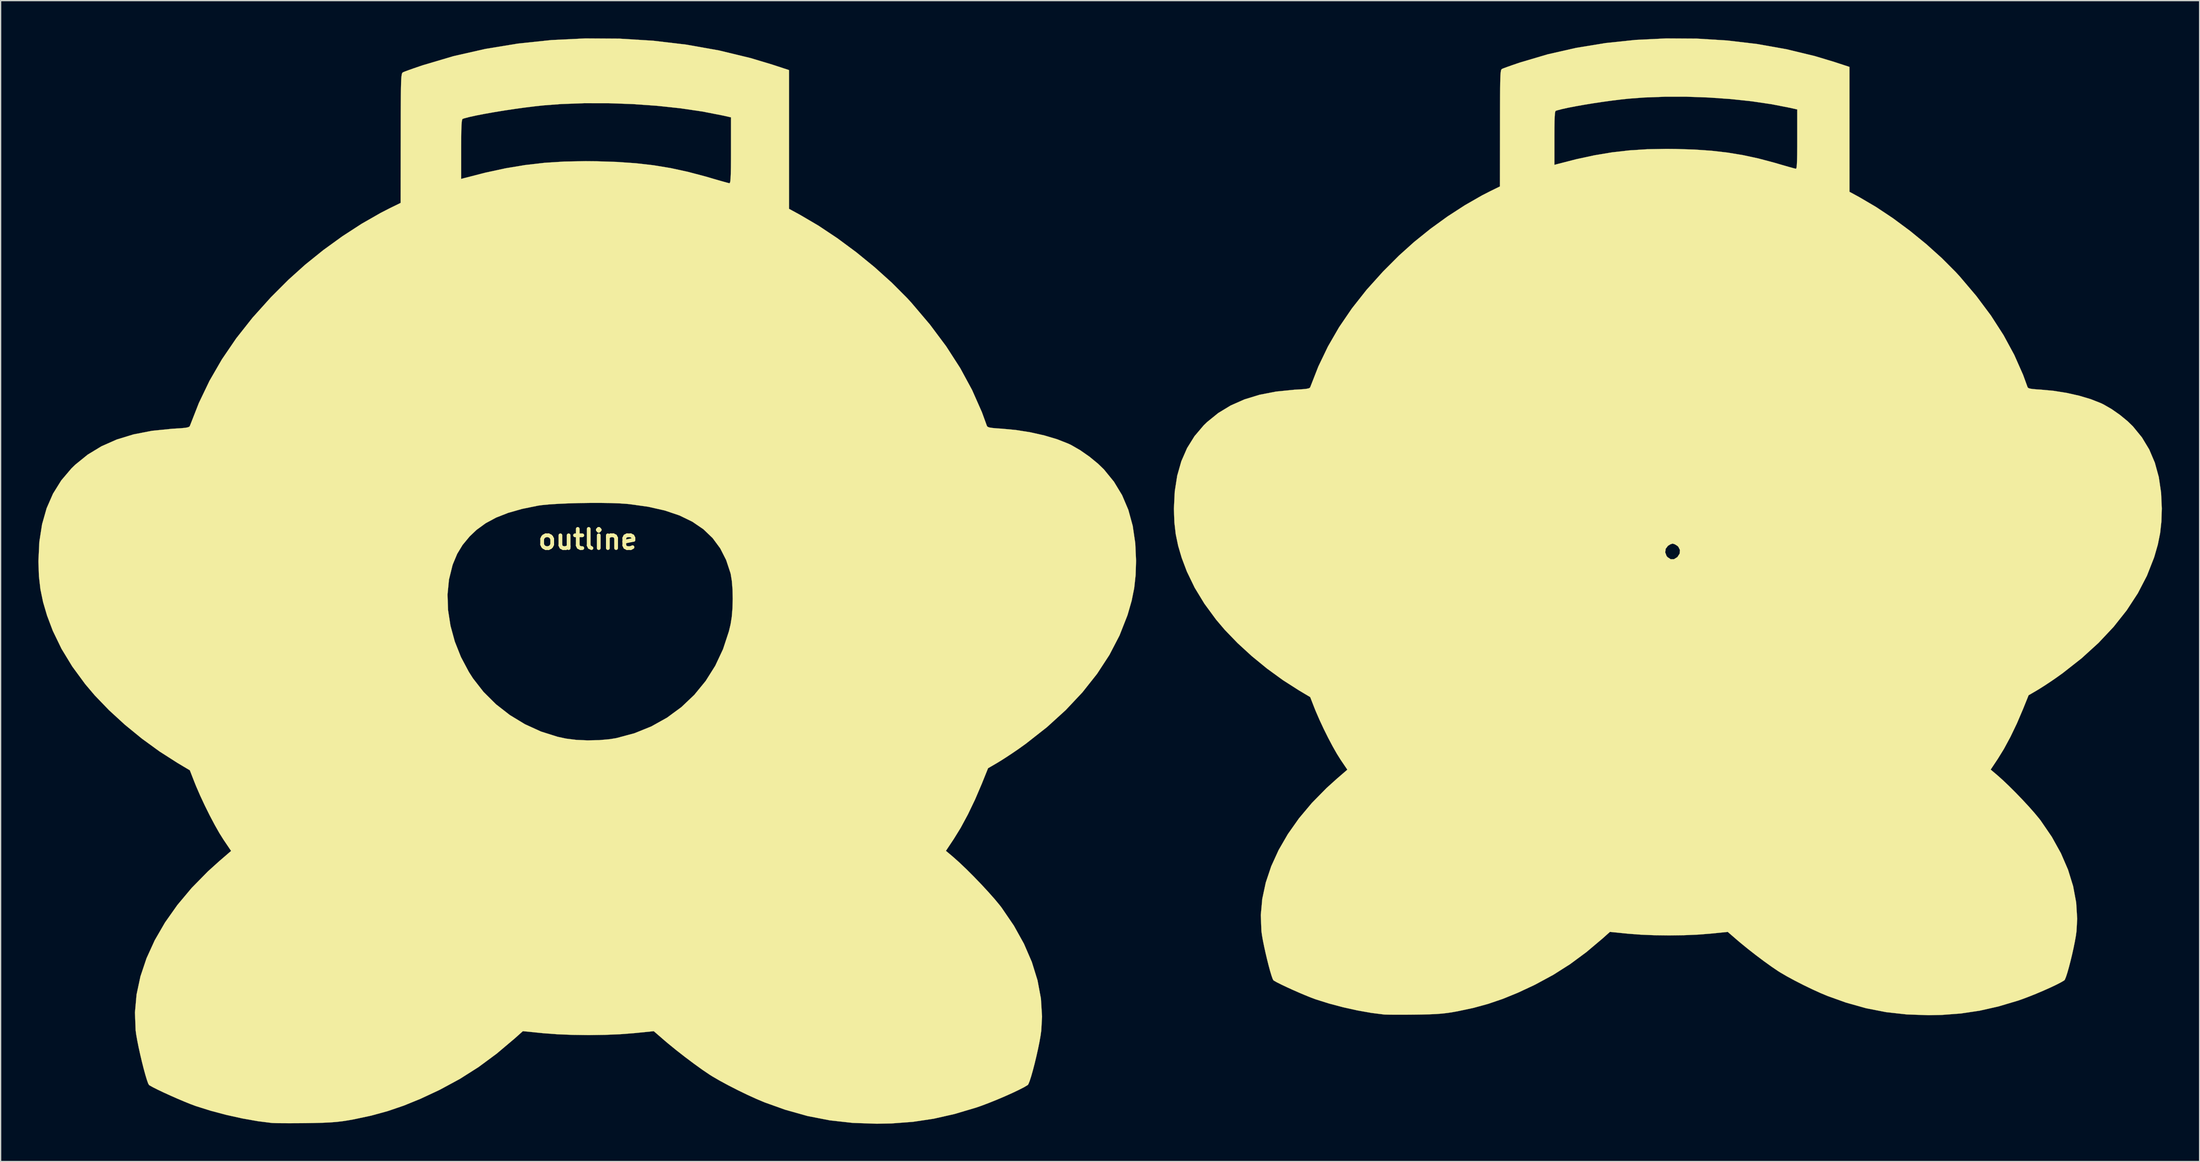
<source format=kicad_pcb>
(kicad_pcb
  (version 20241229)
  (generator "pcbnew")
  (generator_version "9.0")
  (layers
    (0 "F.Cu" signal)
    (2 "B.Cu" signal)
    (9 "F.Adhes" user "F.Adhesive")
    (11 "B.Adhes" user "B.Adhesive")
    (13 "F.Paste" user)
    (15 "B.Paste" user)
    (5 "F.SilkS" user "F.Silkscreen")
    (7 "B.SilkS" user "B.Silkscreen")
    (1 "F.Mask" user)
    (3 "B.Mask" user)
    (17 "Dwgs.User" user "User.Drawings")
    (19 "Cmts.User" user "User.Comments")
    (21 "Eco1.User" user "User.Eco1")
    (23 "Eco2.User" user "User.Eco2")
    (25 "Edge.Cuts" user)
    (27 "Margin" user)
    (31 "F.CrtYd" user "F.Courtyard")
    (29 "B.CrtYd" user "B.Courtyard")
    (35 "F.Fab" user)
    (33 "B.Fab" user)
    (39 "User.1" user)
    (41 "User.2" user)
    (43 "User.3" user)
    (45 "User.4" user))
  (footprint "outline_b"
    (layer "F.Cu")
    (at 129.569 35.867)
    (property "Reference" "outline_b" (at 0 0 0) (layer "F.SilkS") (effects (font (size 1.524 1.524) (thickness 0.3))))
    (attr through_hole)
    (fp_poly (pts (xy 2.248 -35.847) (xy 4.662 -35.699) (xy 7.046 -35.418) (xy 9.379 -35.004) (xy 11.644 -34.457) (xy 13.187 -33.992) (xy 14.393 -33.596) (xy 14.394 -28.63) (xy 14.395 -23.664) (xy 15.173 -23.241) (xy 16.499 -22.462) (xy 17.855 -21.559) (xy 19.204 -20.56) (xy 20.51 -19.494) (xy 21.734 -18.392) (xy 22.84 -17.282) (xy 23.148 -16.947) (xy 24.475 -15.384) (xy 25.638 -13.826) (xy 26.643 -12.265) (xy 27.495 -10.693) (xy 28.199 -9.102) (xy 28.556 -8.12) (xy 28.609 -8.058) (xy 28.736 -8.012) (xy 28.965 -7.976) (xy 29.321 -7.945) (xy 29.574 -7.93) (xy 30.617 -7.834) (xy 31.657 -7.669) (xy 32.656 -7.445) (xy 33.576 -7.171) (xy 34.378 -6.854) (xy 34.583 -6.756) (xy 35.224 -6.388) (xy 35.886 -5.926) (xy 36.503 -5.419) (xy 36.926 -5.009) (xy 37.644 -4.13) (xy 38.225 -3.168) (xy 38.671 -2.118) (xy 38.985 -0.973) (xy 39.168 0.272) (xy 39.224 1.524) (xy 39.193 2.547) (xy 39.092 3.479) (xy 38.91 4.389) (xy 38.636 5.344) (xy 38.599 5.456) (xy 38.04 6.878) (xy 37.318 8.269) (xy 36.434 9.624) (xy 35.392 10.94) (xy 34.194 12.214) (xy 32.845 13.442) (xy 31.345 14.621) (xy 30.798 15.012) (xy 30.384 15.296) (xy 29.949 15.584) (xy 29.547 15.84) (xy 29.263 16.013) (xy 28.637 16.378) (xy 28.192 17.481) (xy 27.707 18.618) (xy 27.194 19.686) (xy 26.673 20.652) (xy 26.184 21.445) (xy 25.62 22.292) (xy 26.124 22.717) (xy 26.564 23.109) (xy 27.068 23.588) (xy 27.606 24.124) (xy 28.147 24.686) (xy 28.662 25.242) (xy 29.12 25.761) (xy 29.492 26.211) (xy 29.602 26.354) (xy 30.482 27.643) (xy 31.205 28.945) (xy 31.77 30.253) (xy 32.175 31.562) (xy 32.418 32.865) (xy 32.497 34.156) (xy 32.443 35.151) (xy 32.392 35.524) (xy 32.311 35.977) (xy 32.209 36.481) (xy 32.092 37.007) (xy 31.966 37.528) (xy 31.839 38.014) (xy 31.719 38.439) (xy 31.611 38.772) (xy 31.523 38.988) (xy 31.478 39.052) (xy 31.221 39.206) (xy 30.838 39.404) (xy 30.359 39.631) (xy 29.819 39.872) (xy 29.248 40.115) (xy 28.679 40.343) (xy 28.145 40.545) (xy 27.776 40.673) (xy 26.227 41.133) (xy 24.737 41.469) (xy 23.253 41.69) (xy 21.728 41.805) (xy 20.677 41.825) (xy 18.958 41.766) (xy 17.319 41.585) (xy 15.718 41.273) (xy 14.117 40.823) (xy 12.658 40.3) (xy 12.08 40.058) (xy 11.426 39.76) (xy 10.739 39.427) (xy 10.061 39.081) (xy 9.437 38.743) (xy 8.909 38.436) (xy 8.728 38.323) (xy 8.205 37.968) (xy 7.6 37.533) (xy 6.957 37.05) (xy 6.321 36.553) (xy 5.735 36.075) (xy 5.471 35.851) (xy 4.72 35.201) (xy 3.312 35.342) (xy 2.323 35.419) (xy 1.222 35.465) (xy 0.064 35.48) (xy -1.095 35.466) (xy -2.2 35.421) (xy -3.196 35.345) (xy -3.233 35.342) (xy -4.645 35.2) (xy -5.222 35.717) (xy -6.521 36.813) (xy -7.818 37.771) (xy -9.154 38.619) (xy -10.566 39.383) (xy -10.71 39.454) (xy -11.974 40.044) (xy -13.163 40.529) (xy -14.324 40.925) (xy -15.502 41.248) (xy -16.745 41.512) (xy -17.14 41.583) (xy -17.553 41.647) (xy -17.975 41.696) (xy -18.44 41.732) (xy -18.984 41.757) (xy -19.638 41.774) (xy -20.193 41.782) (xy -20.787 41.787) (xy -21.345 41.789) (xy -21.839 41.788) (xy -22.238 41.783) (xy -22.515 41.776) (xy -22.606 41.77) (xy -23.615 41.643) (xy -24.717 41.447) (xy -25.853 41.195) (xy -26.969 40.899) (xy -28.007 40.573) (xy -28.067 40.552) (xy -28.43 40.417) (xy -28.871 40.238) (xy -29.359 40.032) (xy -29.859 39.811) (xy -30.341 39.591) (xy -30.772 39.386) (xy -31.119 39.212) (xy -31.35 39.081) (xy -31.388 39.056) (xy -31.453 38.942) (xy -31.543 38.69) (xy -31.653 38.328) (xy -31.773 37.885) (xy -31.898 37.389) (xy -32.021 36.868) (xy -32.135 36.351) (xy -32.233 35.866) (xy -32.307 35.442) (xy -32.348 35.135) (xy -32.397 33.862) (xy -32.281 32.574) (xy -32.004 31.278) (xy -31.571 29.983) (xy -30.983 28.694) (xy -30.246 27.42) (xy -29.363 26.168) (xy -28.337 24.945) (xy -27.171 23.758) (xy -26.372 23.036) (xy -25.518 22.298) (xy -26.058 21.5) (xy -26.354 21.027) (xy -26.69 20.435) (xy -27.045 19.763) (xy -27.399 19.05) (xy -27.732 18.335) (xy -28.026 17.658) (xy -28.152 17.344) (xy -28.47 16.526) (xy -29.354 16) (xy -30.642 15.175) (xy -31.908 14.254) (xy -33.121 13.261) (xy -34.251 12.224) (xy -35.268 11.169) (xy -35.955 10.359) (xy -36.882 9.095) (xy -37.652 7.829) (xy -38.275 6.54) (xy -38.686 5.449) (xy -38.814 5.015) (xy -0.251 5.015) (xy -0.144 5.299) (xy -0.07 5.392) (xy 0.179 5.558) (xy 0.444 5.559) (xy 0.709 5.395) (xy 0.724 5.38) (xy 0.899 5.11) (xy 0.922 4.829) (xy 0.793 4.573) (xy 0.708 4.493) (xy 0.511 4.371) (xy 0.343 4.318) (xy 0.339 4.318) (xy 0.173 4.368) (xy -0.025 4.489) (xy -0.031 4.493) (xy -0.212 4.731) (xy -0.251 5.015) (xy -38.814 5.015) (xy -38.968 4.491) (xy -39.158 3.578) (xy -39.266 2.643) (xy -39.302 1.622) (xy -39.303 1.524) (xy -39.237 0.166) (xy -39.042 -1.085) (xy -38.716 -2.231) (xy -38.259 -3.277) (xy -37.669 -4.225) (xy -36.944 -5.08) (xy -36.668 -5.349) (xy -35.781 -6.068) (xy -34.794 -6.667) (xy -33.702 -7.15) (xy -32.499 -7.519) (xy -31.177 -7.775) (xy -29.732 -7.921) (xy -29.562 -7.931) (xy -29.109 -7.958) (xy -28.798 -7.988) (xy -28.605 -8.025) (xy -28.503 -8.073) (xy -28.47 -8.12) (xy -27.824 -9.771) (xy -27.062 -11.357) (xy -26.175 -12.893) (xy -25.154 -14.391) (xy -23.99 -15.866) (xy -22.673 -17.33) (xy -21.416 -18.588) (xy -20.217 -19.667) (xy -18.919 -20.713) (xy -17.56 -21.698) (xy -16.177 -22.595) (xy -14.809 -23.379) (xy -14.167 -23.707) (xy -13.39 -24.088) (xy -13.384 -27.933) (xy -9.059 -27.933) (xy -9.059 -25.804) (xy -8.869 -25.856) (xy -7.322 -26.254) (xy -5.873 -26.567) (xy -4.477 -26.8) (xy -3.089 -26.958) (xy -1.664 -27.049) (xy -0.157 -27.076) (xy 0.593 -27.069) (xy 2.071 -27.022) (xy 3.425 -26.928) (xy 4.697 -26.783) (xy 5.927 -26.58) (xy 7.157 -26.314) (xy 8.427 -25.977) (xy 8.763 -25.879) (xy 9.206 -25.749) (xy 9.596 -25.638) (xy 9.902 -25.553) (xy 10.093 -25.503) (xy 10.139 -25.494) (xy 10.171 -25.527) (xy 10.197 -25.643) (xy 10.216 -25.857) (xy 10.23 -26.184) (xy 10.239 -26.637) (xy 10.244 -27.233) (xy 10.245 -27.849) (xy 10.245 -30.212) (xy 9.673 -30.341) (xy 8.211 -30.627) (xy 6.623 -30.861) (xy 4.947 -31.04) (xy 3.218 -31.161) (xy 1.474 -31.224) (xy -0.249 -31.225) (xy -1.914 -31.163) (xy -3.133 -31.072) (xy -3.781 -31.003) (xy -4.487 -30.916) (xy -5.224 -30.814) (xy -5.966 -30.703) (xy -6.686 -30.585) (xy -7.358 -30.466) (xy -7.956 -30.351) (xy -8.452 -30.242) (xy -8.82 -30.146) (xy -8.954 -30.102) (xy -8.988 -30.048) (xy -9.015 -29.906) (xy -9.034 -29.659) (xy -9.048 -29.293) (xy -9.056 -28.793) (xy -9.059 -28.143) (xy -9.059 -27.933) (xy -13.384 -27.933) (xy -13.383 -28.72) (xy -13.382 -29.724) (xy -13.38 -30.572) (xy -13.377 -31.277) (xy -13.372 -31.853) (xy -13.366 -32.314) (xy -13.357 -32.673) (xy -13.346 -32.943) (xy -13.331 -33.137) (xy -13.312 -33.27) (xy -13.289 -33.355) (xy -13.261 -33.404) (xy -13.228 -33.432) (xy -13.218 -33.438) (xy -13.085 -33.493) (xy -12.823 -33.59) (xy -12.464 -33.717) (xy -12.039 -33.863) (xy -11.786 -33.948) (xy -9.597 -34.596) (xy -7.323 -35.112) (xy -4.981 -35.495) (xy -2.593 -35.745) (xy -0.176 -35.862) (xy 2.248 -35.847)) (stroke (width 0.01) (type solid)) (fill yes) (layer "F.SilkS")))
  (footprint "outline"
    (layer "F.Cu")
    (at 43.674 39.852)
    (property "Reference" "outline" (at 0 0 0) (layer "F.SilkS") (effects (font (size 1.524 1.524) (thickness 0.3))))
    (attr through_hole)
    (fp_poly (pts (xy 2.498 -39.83) (xy 5.18 -39.665) (xy 7.828 -39.353) (xy 10.421 -38.893) (xy 12.937 -38.285) (xy 14.652 -37.769) (xy 15.993 -37.329) (xy 15.993 -31.811) (xy 15.994 -26.294) (xy 16.859 -25.823) (xy 18.332 -24.958) (xy 19.839 -23.954) (xy 21.338 -22.844) (xy 22.788 -21.66) (xy 24.149 -20.435) (xy 25.378 -19.202) (xy 25.72 -18.83) (xy 27.194 -17.093) (xy 28.487 -15.362) (xy 29.604 -13.628) (xy 30.55 -11.882) (xy 31.332 -10.113) (xy 31.729 -9.022) (xy 31.788 -8.953) (xy 31.929 -8.902) (xy 32.183 -8.862) (xy 32.579 -8.828) (xy 32.86 -8.811) (xy 34.019 -8.704) (xy 35.175 -8.521) (xy 36.285 -8.272) (xy 37.307 -7.967) (xy 38.198 -7.616) (xy 38.426 -7.507) (xy 39.138 -7.097) (xy 39.874 -6.584) (xy 40.559 -6.021) (xy 41.029 -5.566) (xy 41.826 -4.588) (xy 42.472 -3.52) (xy 42.968 -2.353) (xy 43.316 -1.081) (xy 43.52 0.303) (xy 43.582 1.693) (xy 43.548 2.83) (xy 43.436 3.866) (xy 43.233 4.877) (xy 42.928 5.938) (xy 42.888 6.062) (xy 42.267 7.642) (xy 41.464 9.187) (xy 40.482 10.693) (xy 39.324 12.156) (xy 37.994 13.572) (xy 36.494 14.936) (xy 34.828 16.245) (xy 34.221 16.68) (xy 33.76 16.995) (xy 33.276 17.315) (xy 32.83 17.6) (xy 32.514 17.792) (xy 31.818 18.198) (xy 31.325 19.423) (xy 30.785 20.687) (xy 30.216 21.873) (xy 29.637 22.946) (xy 29.093 23.828) (xy 28.467 24.769) (xy 29.027 25.241) (xy 29.516 25.676) (xy 30.076 26.209) (xy 30.673 26.805) (xy 31.275 27.429) (xy 31.846 28.047) (xy 32.356 28.623) (xy 32.769 29.123) (xy 32.891 29.282) (xy 33.868 30.714) (xy 34.672 32.161) (xy 35.3 33.614) (xy 35.75 35.069) (xy 36.02 36.517) (xy 36.108 37.951) (xy 36.048 39.056) (xy 35.991 39.471) (xy 35.902 39.975) (xy 35.788 40.534) (xy 35.657 41.119) (xy 35.518 41.697) (xy 35.377 42.238) (xy 35.243 42.709) (xy 35.123 43.08) (xy 35.025 43.32) (xy 34.975 43.391) (xy 34.69 43.563) (xy 34.264 43.782) (xy 33.733 44.034) (xy 33.132 44.303) (xy 32.498 44.572) (xy 31.866 44.826) (xy 31.273 45.05) (xy 30.862 45.192) (xy 29.142 45.703) (xy 27.485 46.077) (xy 25.837 46.323) (xy 24.142 46.45) (xy 22.974 46.473) (xy 21.065 46.407) (xy 19.243 46.205) (xy 17.465 45.859) (xy 15.686 45.359) (xy 14.064 44.778) (xy 13.422 44.509) (xy 12.696 44.178) (xy 11.932 43.808) (xy 11.179 43.423) (xy 10.486 43.048) (xy 9.899 42.707) (xy 9.698 42.581) (xy 9.116 42.187) (xy 8.444 41.703) (xy 7.73 41.167) (xy 7.023 40.615) (xy 6.372 40.084) (xy 6.079 39.835) (xy 5.244 39.112) (xy 3.68 39.269) (xy 2.581 39.354) (xy 1.357 39.405) (xy 0.071 39.423) (xy -1.216 39.406) (xy -2.444 39.356) (xy -3.551 39.273) (xy -3.592 39.269) (xy -5.161 39.111) (xy -5.803 39.685) (xy -7.246 40.903) (xy -8.687 41.968) (xy -10.171 42.91) (xy -11.74 43.759) (xy -11.9 43.838) (xy -13.304 44.493) (xy -14.625 45.032) (xy -15.915 45.472) (xy -17.225 45.831) (xy -18.605 46.125) (xy -19.045 46.203) (xy -19.503 46.274) (xy -19.972 46.329) (xy -20.489 46.369) (xy -21.093 46.397) (xy -21.82 46.416) (xy -22.437 46.425) (xy -23.096 46.431) (xy -23.717 46.433) (xy -24.265 46.431) (xy -24.709 46.426) (xy -25.016 46.417) (xy -25.118 46.411) (xy -26.239 46.27) (xy -27.463 46.052) (xy -28.726 45.772) (xy -29.966 45.444) (xy -31.119 45.081) (xy -31.186 45.058) (xy -31.589 44.908) (xy -32.079 44.709) (xy -32.621 44.48) (xy -33.177 44.234) (xy -33.713 43.99) (xy -34.191 43.762) (xy -34.576 43.568) (xy -34.833 43.424) (xy -34.875 43.396) (xy -34.948 43.269) (xy -35.048 42.988) (xy -35.169 42.587) (xy -35.304 42.094) (xy -35.443 41.543) (xy -35.579 40.965) (xy -35.706 40.39) (xy -35.814 39.852) (xy -35.897 39.38) (xy -35.943 39.039) (xy -35.996 37.624) (xy -35.868 36.193) (xy -35.56 34.754) (xy -35.078 33.314) (xy -34.426 31.883) (xy -33.607 30.467) (xy -32.625 29.076) (xy -31.485 27.716) (xy -30.19 26.397) (xy -29.302 25.595) (xy -28.353 24.776) (xy -28.953 23.888) (xy -29.283 23.363) (xy -29.655 22.706) (xy -30.05 21.959) (xy -30.443 21.166) (xy -30.814 20.372) (xy -31.14 19.62) (xy -31.28 19.271) (xy -31.633 18.363) (xy -32.615 17.778) (xy -34.047 16.861) (xy -35.453 15.837) (xy -36.801 14.735) (xy -38.057 13.583) (xy -39.187 12.41) (xy -39.95 11.509) (xy -40.98 10.106) (xy -41.835 8.699) (xy -42.528 7.267) (xy -42.985 6.054) (xy -43.298 4.99) (xy -43.425 4.379) (xy -11.15 4.379) (xy -11.109 5.613) (xy -10.914 6.868) (xy -10.571 8.123) (xy -10.082 9.355) (xy -9.452 10.542) (xy -9.125 11.053) (xy -8.285 12.131) (xy -7.302 13.108) (xy -6.198 13.968) (xy -4.998 14.697) (xy -3.723 15.279) (xy -2.398 15.698) (xy -1.731 15.841) (xy -0.927 15.943) (xy -0.025 15.983) (xy 0.898 15.964) (xy 1.766 15.885) (xy 2.265 15.803) (xy 3.703 15.418) (xy 5.052 14.872) (xy 6.302 14.174) (xy 7.444 13.333) (xy 8.469 12.359) (xy 9.368 11.26) (xy 10.132 10.046) (xy 10.751 8.726) (xy 11.217 7.309) (xy 11.35 6.754) (xy 11.444 6.162) (xy 11.502 5.466) (xy 11.522 4.722) (xy 11.506 3.987) (xy 11.452 3.315) (xy 11.362 2.761) (xy 11.343 2.681) (xy 10.997 1.637) (xy 10.526 0.71) (xy 9.924 -0.105) (xy 9.188 -0.81) (xy 8.312 -1.408) (xy 7.291 -1.904) (xy 6.119 -2.3) (xy 4.793 -2.599) (xy 3.307 -2.806) (xy 3.082 -2.828) (xy 2.508 -2.867) (xy 1.808 -2.892) (xy 1.019 -2.904) (xy 0.174 -2.903) (xy -0.689 -2.89) (xy -1.535 -2.866) (xy -2.327 -2.831) (xy -3.032 -2.787) (xy -3.611 -2.733) (xy -3.951 -2.686) (xy -5.22 -2.427) (xy -6.325 -2.113) (xy -7.284 -1.737) (xy -8.117 -1.288) (xy -8.842 -0.76) (xy -9.388 -0.241) (xy -9.951 0.438) (xy -10.38 1.146) (xy -10.719 1.957) (xy -10.757 2.07) (xy -11.034 3.191) (xy -11.15 4.379) (xy -43.425 4.379) (xy -43.509 3.975) (xy -43.629 2.937) (xy -43.669 1.802) (xy -43.669 1.693) (xy -43.596 0.184) (xy -43.38 -1.205) (xy -43.018 -2.479) (xy -42.51 -3.641) (xy -41.854 -4.695) (xy -41.049 -5.644) (xy -40.742 -5.943) (xy -39.756 -6.742) (xy -38.66 -7.408) (xy -37.447 -7.945) (xy -36.11 -8.354) (xy -34.641 -8.639) (xy -33.035 -8.801) (xy -32.847 -8.812) (xy -32.343 -8.843) (xy -31.998 -8.876) (xy -31.784 -8.917) (xy -31.67 -8.97) (xy -31.633 -9.023) (xy -30.915 -10.856) (xy -30.069 -12.619) (xy -29.083 -14.325) (xy -27.949 -15.99) (xy -26.655 -17.629) (xy -25.193 -19.255) (xy -23.796 -20.653) (xy -22.463 -21.853) (xy -21.021 -23.015) (xy -19.511 -24.109) (xy -17.975 -25.106) (xy -16.454 -25.976) (xy -15.741 -26.341) (xy -14.877 -26.764) (xy -14.872 -31.036) (xy -10.066 -31.036) (xy -10.066 -28.671) (xy -9.854 -28.729) (xy -8.136 -29.171) (xy -6.526 -29.519) (xy -4.975 -29.777) (xy -3.433 -29.954) (xy -1.849 -30.054) (xy -0.175 -30.085) (xy 0.659 -30.077) (xy 2.301 -30.024) (xy 3.806 -29.92) (xy 5.219 -29.759) (xy 6.586 -29.534) (xy 7.952 -29.237) (xy 9.364 -28.864) (xy 9.737 -28.755) (xy 10.229 -28.61) (xy 10.663 -28.486) (xy 11.002 -28.392) (xy 11.215 -28.337) (xy 11.265 -28.327) (xy 11.301 -28.364) (xy 11.33 -28.493) (xy 11.351 -28.73) (xy 11.367 -29.093) (xy 11.377 -29.597) (xy 11.382 -30.259) (xy 11.383 -30.943) (xy 11.383 -33.569) (xy 10.748 -33.712) (xy 9.123 -34.03) (xy 7.359 -34.29) (xy 5.496 -34.488) (xy 3.576 -34.624) (xy 1.638 -34.693) (xy -0.276 -34.695) (xy -2.127 -34.626) (xy -3.481 -34.524) (xy -4.201 -34.448) (xy -4.985 -34.351) (xy -5.804 -34.238) (xy -6.629 -34.114) (xy -7.429 -33.983) (xy -8.176 -33.851) (xy -8.839 -33.723) (xy -9.391 -33.603) (xy -9.8 -33.496) (xy -9.948 -33.447) (xy -9.987 -33.387) (xy -10.016 -33.228) (xy -10.038 -32.955) (xy -10.053 -32.548) (xy -10.062 -31.992) (xy -10.066 -31.27) (xy -10.066 -31.036) (xy -14.872 -31.036) (xy -14.87 -31.911) (xy -14.869 -33.027) (xy -14.867 -33.969) (xy -14.863 -34.752) (xy -14.858 -35.393) (xy -14.851 -35.905) (xy -14.841 -36.303) (xy -14.829 -36.603) (xy -14.812 -36.819) (xy -14.791 -36.967) (xy -14.766 -37.061) (xy -14.735 -37.116) (xy -14.698 -37.147) (xy -14.687 -37.153) (xy -14.539 -37.215) (xy -14.248 -37.323) (xy -13.849 -37.464) (xy -13.377 -37.626) (xy -13.096 -37.72) (xy -10.664 -38.44) (xy -8.136 -39.013) (xy -5.535 -39.439) (xy -2.881 -39.717) (xy -0.196 -39.847) (xy 2.498 -39.83)) (stroke (width 0.01) (type solid)) (fill yes) (layer "F.SilkS")))
  (gr_rect
    (start -3 -3)
    (end 171.798 89.33)
    (stroke (width 0.1) (type default))
    (fill no)
    (layer "Edge.Cuts")))
</source>
